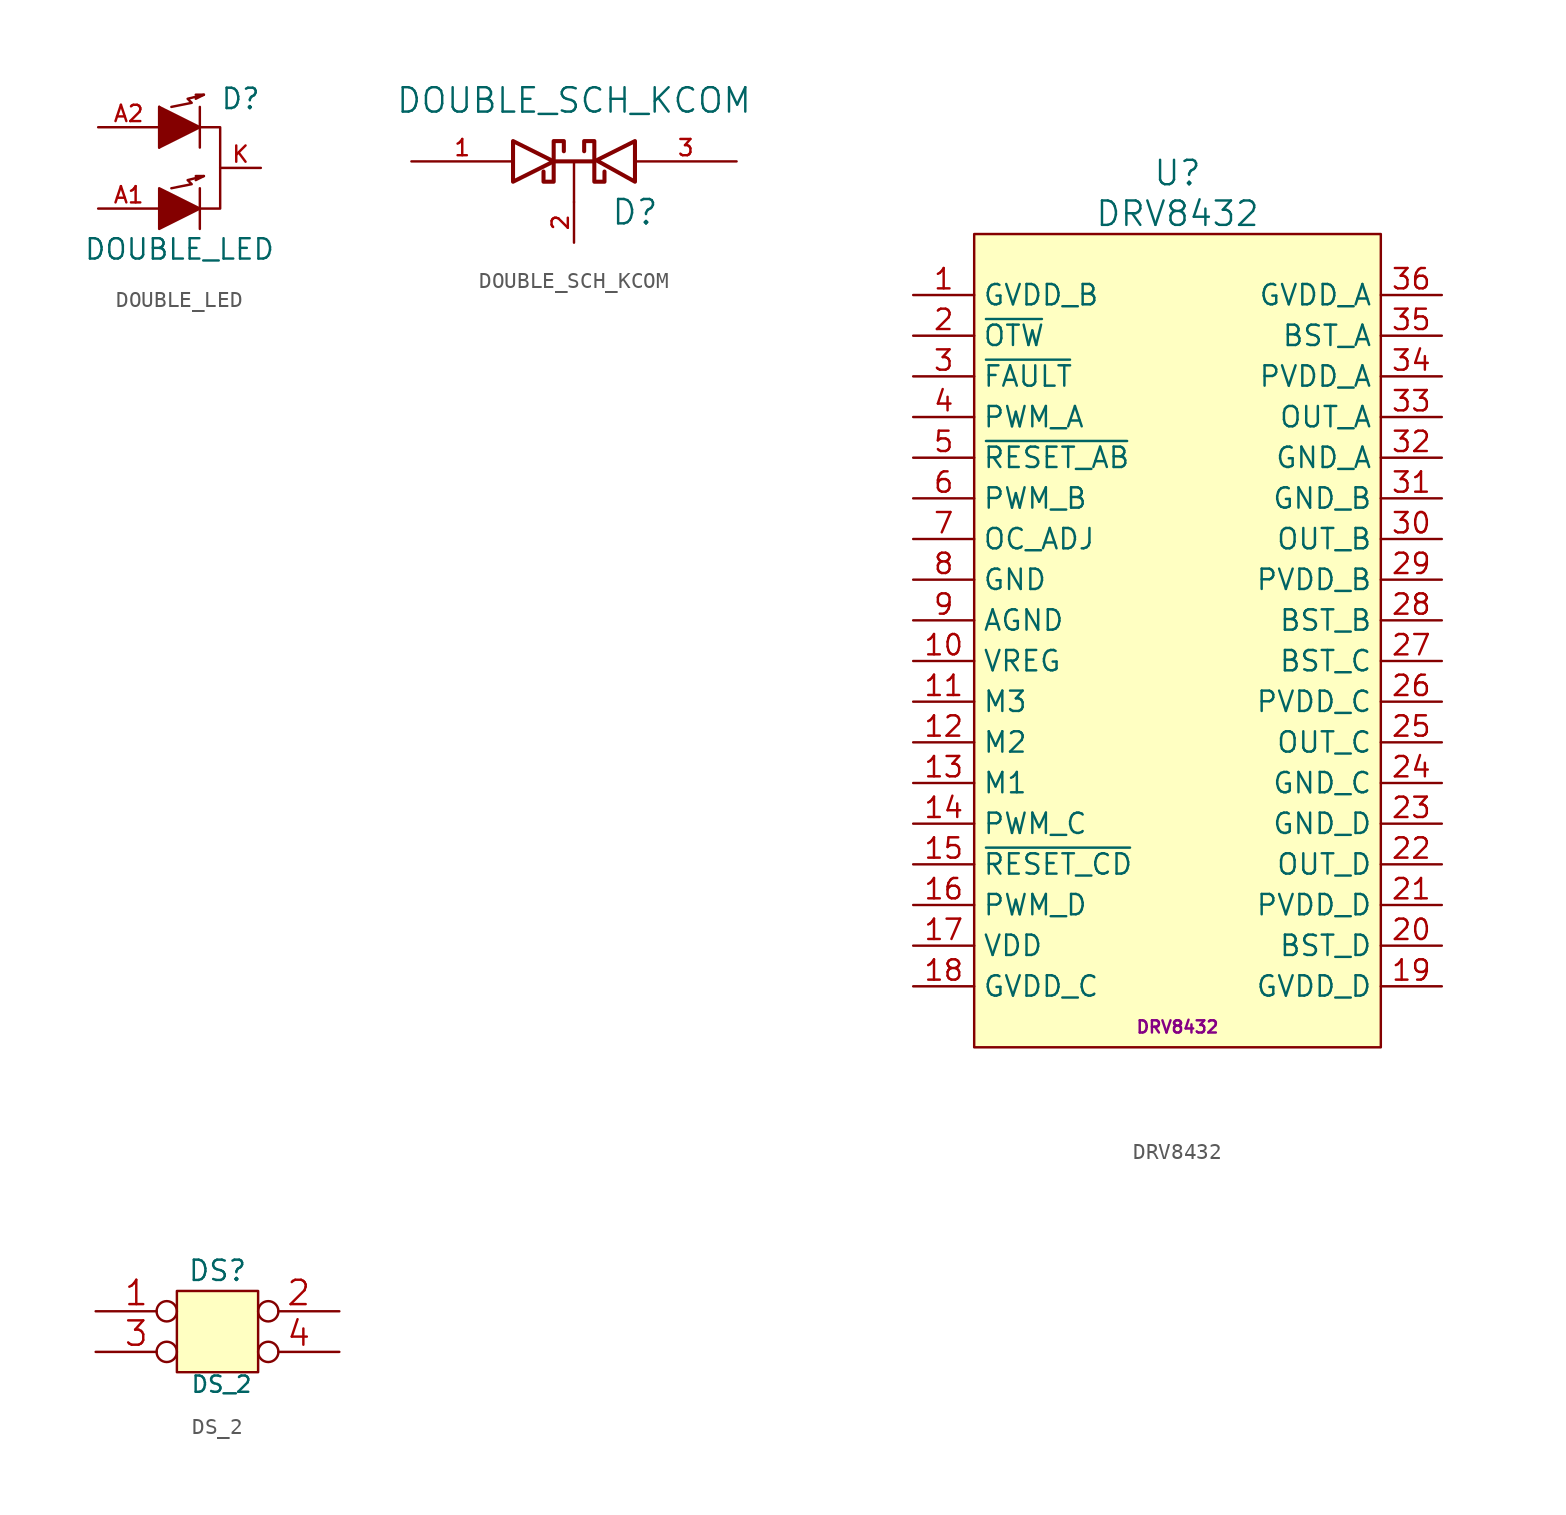
<source format=kicad_sym>
(kicad_symbol_lib
  (version 20220914)
  (generator kicad_symbol_editor)
  (symbol "DOUBLE_LED"
    (pin_names
      (offset 1.016) hide)
    (property "Reference" "D"
      (at 2.54 4.318 0)
      (effects (font (size 1.27 1.27)) (justify left)))
    (property "Value" "DOUBLE_LED"
      (at 0 -5.08 0)
      (effects (font (size 1.27 1.27))))
    (property "Footprint" ""
      (at 0 0 0)
      (effects (font (size 1.524 1.524))))
    (property "Datasheet" ""
      (at 0 0 0)
      (effects (font (size 1.524 1.524))))
    (symbol "DOUBLE_LED_0_1"
      (rectangle (start -1.27 1.27) (end -1.27 3.81) (stroke (width 0) (type default)) (fill (type none)))
      (rectangle (start -1.27 3.81) (end -1.27 3.81) (stroke (width 0) (type default)) (fill (type none)))
      (polyline (pts (xy 1.27 -1.27) (xy 1.27 -3.81)) (stroke (width 0) (type default)) (fill (type none)))
      (polyline (pts (xy 1.27 3.81) (xy 1.27 1.27) (xy 1.27 1.27)) (stroke (width 0) (type default)) (fill (type none)))
      (polyline (pts (xy 1.016 -0.508) (xy 1.524 -0.508) (xy 1.016 -0.762) (xy 1.016 -0.762)) (stroke (width 0) (type default)) (fill (type none)))
      (polyline (pts (xy 1.016 4.572) (xy 1.524 4.572) (xy 1.016 4.318) (xy 1.016 4.318)) (stroke (width 0) (type default)) (fill (type none)))
      (polyline (pts (xy -1.27 -1.27) (xy -1.27 -3.81) (xy 1.27 -2.54) (xy -1.27 -1.27) (xy -1.27 -1.27)) (stroke (width 0) (type default)) (fill (type outline)))
      (polyline (pts (xy -0.508 -1.27) (xy 0.762 -1.016) (xy 0.508 -0.762) (xy 1.524 -0.508) (xy 1.524 -0.508)) (stroke (width 0) (type default)) (fill (type none)))
      (polyline (pts (xy 1.27 2.54) (xy 2.54 2.54) (xy 2.54 -2.54) (xy 1.27 -2.54) (xy 1.27 -2.54)) (stroke (width 0) (type default)) (fill (type none)))
      (polyline (pts (xy -1.27 3.81) (xy -1.27 1.27) (xy 1.27 2.54) (xy -1.27 3.81) (xy -1.27 3.81) (xy -1.27 3.81)) (stroke (width 0) (type default)) (fill (type outline)))
      (polyline (pts (xy -0.508 3.81) (xy 0.762 4.064) (xy 0.508 4.318) (xy 1.524 4.572) (xy 1.524 4.572) (xy 1.524 4.572)) (stroke (width 0) (type default)) (fill (type none))))
    (symbol "DOUBLE_LED_1_1"
      (pin passive line (at -5.08 -2.54 0) (length 3.81) (name "A1" (effects (font (size 1.016 1.016)))) (number "A1" (effects (font (size 1.016 1.016)))))
      (pin passive line (at -5.08 2.54 0) (length 3.81) (name "A2" (effects (font (size 1.016 1.016)))) (number "A2" (effects (font (size 1.016 1.016)))))
      (pin passive line (at 5.08 0 180) (length 2.54) (name "K" (effects (font (size 1.016 1.016)))) (number "K" (effects (font (size 1.016 1.016)))))))
  (symbol "DOUBLE_SCH_KCOM"
    (pin_names
      (offset 0.762) hide)
    (property "Reference" "D"
      (at 3.81 -3.175 0)
      (effects (font (size 1.524 1.524))))
    (property "Value" "DOUBLE_SCH_KCOM"
      (at 0 3.81 0)
      (effects (font (size 1.524 1.524))))
    (property "Footprint" ""
      (at 0 0 0)
      (effects (font (size 1.524 1.524))))
    (property "Datasheet" ""
      (at 0 0 0)
      (effects (font (size 1.524 1.524))))
    (symbol "DOUBLE_SCH_KCOM_0_1"
      (polyline (pts (xy 0 0) (xy 0 -2.54)) (stroke (width 0) (type default)) (fill (type none)))
      (polyline (pts (xy -1.27 0) (xy 1.27 0) (xy 1.27 0)) (stroke (width 0.254) (type default)) (fill (type none)))
      (polyline (pts (xy -1.27 0) (xy -3.81 1.27) (xy -3.81 -1.27) (xy -1.27 0) (xy -1.27 0)) (stroke (width 0.254) (type default)) (fill (type none)))
      (polyline (pts (xy 1.524 0) (xy 3.81 -1.27) (xy 3.81 1.27) (xy 1.27 0) (xy 1.27 0)) (stroke (width 0.254) (type default)) (fill (type none)))
      (polyline (pts (xy 0.635 0.635) (xy 0.635 1.27) (xy 1.27 1.27) (xy 1.27 -1.27) (xy 1.905 -1.27) (xy 1.905 -0.635) (xy 1.905 -0.635)) (stroke (width 0.254) (type default)) (fill (type none)))
      (polyline (pts (xy -0.635 0.635) (xy -0.635 1.27) (xy -1.27 1.27) (xy -1.27 -1.27) (xy -1.905 -1.27) (xy -1.905 -0.635) (xy -1.905 -0.635) (xy -1.905 -0.635)) (stroke (width 0.254) (type default)) (fill (type none)))
      (pin passive line (at -10.16 0 0) (length 6.35) (name "Anode" (effects (font (size 1.016 1.016)))) (number "1" (effects (font (size 1.016 1.016)))))
      (pin passive line (at 0 -5.08 90) (length 2.54) (name "AK" (effects (font (size 1.016 1.016)))) (number "2" (effects (font (size 1.016 1.016)))))
      (pin passive line (at 10.16 0 180) (length 6.35) (name "cathode" (effects (font (size 1.016 1.016)))) (number "3" (effects (font (size 1.016 1.016)))))))
  (symbol "DRV8432"
    (property "Reference" "U"
      (at 0 29.21 0)
      (effects (font (size 1.524 1.524))))
    (property "Value" "DRV8432"
      (at 0 26.67 0)
      (effects (font (size 1.524 1.524))))
    (property "Footprint" "DRV8432"
      (at 0 -24.13 0)
      (effects (font (size 0.762 0.762))))
    (property "Datasheet" ""
      (at 0 0 0)
      (effects (font (size 1.524 1.524))))
    (symbol "DRV8432_0_1"
      (rectangle (start -12.7 25.4) (end 12.7 -25.4) (stroke (width 0) (type default)) (fill (type background))))
    (symbol "DRV8432_1_1"
      (pin input line (at -16.51 21.59 0) (length 3.81) (name "GVDD_B" (effects (font (size 1.27 1.27)))) (number "1" (effects (font (size 1.27 1.27)))))
      (pin input line (at -16.51 -1.27 0) (length 3.81) (name "VREG" (effects (font (size 1.27 1.27)))) (number "10" (effects (font (size 1.27 1.27)))))
      (pin input line (at -16.51 -3.81 0) (length 3.81) (name "M3" (effects (font (size 1.27 1.27)))) (number "11" (effects (font (size 1.27 1.27)))))
      (pin input line (at -16.51 -6.35 0) (length 3.81) (name "M2" (effects (font (size 1.27 1.27)))) (number "12" (effects (font (size 1.27 1.27)))))
      (pin input line (at -16.51 -8.89 0) (length 3.81) (name "M1" (effects (font (size 1.27 1.27)))) (number "13" (effects (font (size 1.27 1.27)))))
      (pin input line (at -16.51 -11.43 0) (length 3.81) (name "PWM_C" (effects (font (size 1.27 1.27)))) (number "14" (effects (font (size 1.27 1.27)))))
      (pin input line (at -16.51 -13.97 0) (length 3.81) (name "~{RESET_CD}" (effects (font (size 1.27 1.27)))) (number "15" (effects (font (size 1.27 1.27)))))
      (pin input line (at -16.51 -16.51 0) (length 3.81) (name "PWM_D" (effects (font (size 1.27 1.27)))) (number "16" (effects (font (size 1.27 1.27)))))
      (pin input line (at -16.51 -19.05 0) (length 3.81) (name "VDD" (effects (font (size 1.27 1.27)))) (number "17" (effects (font (size 1.27 1.27)))))
      (pin input line (at -16.51 -21.59 0) (length 3.81) (name "GVDD_C" (effects (font (size 1.27 1.27)))) (number "18" (effects (font (size 1.27 1.27)))))
      (pin input line (at 16.51 -21.59 180) (length 3.81) (name "GVDD_D" (effects (font (size 1.27 1.27)))) (number "19" (effects (font (size 1.27 1.27)))))
      (pin input line (at -16.51 19.05 0) (length 3.81) (name "~{OTW}" (effects (font (size 1.27 1.27)))) (number "2" (effects (font (size 1.27 1.27)))))
      (pin input line (at 16.51 -19.05 180) (length 3.81) (name "BST_D" (effects (font (size 1.27 1.27)))) (number "20" (effects (font (size 1.27 1.27)))))
      (pin input line (at 16.51 -16.51 180) (length 3.81) (name "PVDD_D" (effects (font (size 1.27 1.27)))) (number "21" (effects (font (size 1.27 1.27)))))
      (pin input line (at 16.51 -13.97 180) (length 3.81) (name "OUT_D" (effects (font (size 1.27 1.27)))) (number "22" (effects (font (size 1.27 1.27)))))
      (pin input line (at 16.51 -11.43 180) (length 3.81) (name "GND_D" (effects (font (size 1.27 1.27)))) (number "23" (effects (font (size 1.27 1.27)))))
      (pin input line (at 16.51 -8.89 180) (length 3.81) (name "GND_C" (effects (font (size 1.27 1.27)))) (number "24" (effects (font (size 1.27 1.27)))))
      (pin input line (at 16.51 -6.35 180) (length 3.81) (name "OUT_C" (effects (font (size 1.27 1.27)))) (number "25" (effects (font (size 1.27 1.27)))))
      (pin input line (at 16.51 -3.81 180) (length 3.81) (name "PVDD_C" (effects (font (size 1.27 1.27)))) (number "26" (effects (font (size 1.27 1.27)))))
      (pin input line (at 16.51 -1.27 180) (length 3.81) (name "BST_C" (effects (font (size 1.27 1.27)))) (number "27" (effects (font (size 1.27 1.27)))))
      (pin input line (at 16.51 1.27 180) (length 3.81) (name "BST_B" (effects (font (size 1.27 1.27)))) (number "28" (effects (font (size 1.27 1.27)))))
      (pin input line (at 16.51 3.81 180) (length 3.81) (name "PVDD_B" (effects (font (size 1.27 1.27)))) (number "29" (effects (font (size 1.27 1.27)))))
      (pin input line (at -16.51 16.51 0) (length 3.81) (name "~{FAULT}" (effects (font (size 1.27 1.27)))) (number "3" (effects (font (size 1.27 1.27)))))
      (pin input line (at 16.51 6.35 180) (length 3.81) (name "OUT_B" (effects (font (size 1.27 1.27)))) (number "30" (effects (font (size 1.27 1.27)))))
      (pin input line (at 16.51 8.89 180) (length 3.81) (name "GND_B" (effects (font (size 1.27 1.27)))) (number "31" (effects (font (size 1.27 1.27)))))
      (pin input line (at 16.51 11.43 180) (length 3.81) (name "GND_A" (effects (font (size 1.27 1.27)))) (number "32" (effects (font (size 1.27 1.27)))))
      (pin input line (at 16.51 13.97 180) (length 3.81) (name "OUT_A" (effects (font (size 1.27 1.27)))) (number "33" (effects (font (size 1.27 1.27)))))
      (pin input line (at 16.51 16.51 180) (length 3.81) (name "PVDD_A" (effects (font (size 1.27 1.27)))) (number "34" (effects (font (size 1.27 1.27)))))
      (pin input line (at 16.51 19.05 180) (length 3.81) (name "BST_A" (effects (font (size 1.27 1.27)))) (number "35" (effects (font (size 1.27 1.27)))))
      (pin input line (at 16.51 21.59 180) (length 3.81) (name "GVDD_A" (effects (font (size 1.27 1.27)))) (number "36" (effects (font (size 1.27 1.27)))))
      (pin input line (at -16.51 13.97 0) (length 3.81) (name "PWM_A" (effects (font (size 1.27 1.27)))) (number "4" (effects (font (size 1.27 1.27)))))
      (pin input line (at -16.51 11.43 0) (length 3.81) (name "~{RESET_AB}" (effects (font (size 1.27 1.27)))) (number "5" (effects (font (size 1.27 1.27)))))
      (pin input line (at -16.51 8.89 0) (length 3.81) (name "PWM_B" (effects (font (size 1.27 1.27)))) (number "6" (effects (font (size 1.27 1.27)))))
      (pin input line (at -16.51 6.35 0) (length 3.81) (name "OC_ADJ" (effects (font (size 1.27 1.27)))) (number "7" (effects (font (size 1.27 1.27)))))
      (pin input line (at -16.51 3.81 0) (length 3.81) (name "GND" (effects (font (size 1.27 1.27)))) (number "8" (effects (font (size 1.27 1.27)))))
      (pin input line (at -16.51 1.27 0) (length 3.81) (name "AGND" (effects (font (size 1.27 1.27)))) (number "9" (effects (font (size 1.27 1.27)))))))
  (symbol "DS_2"
    (pin_names
      (offset 1.016) hide)
    (property "Reference" "DS"
      (at 0 3.81 0)
      (effects (font (size 1.27 1.27))))
    (property "Value" "DS_2"
      (at 0.254 -3.302 0)
      (effects (font (size 1.016 1.016))))
    (property "Footprint" ""
      (at 0 0 0)
      (effects (font (size 1.524 1.524))))
    (property "Datasheet" ""
      (at 0 0 0)
      (effects (font (size 1.524 1.524))))
    (symbol "DS_2_0_1"
      (rectangle (start -2.54 2.54) (end 2.54 -2.54) (stroke (width 0) (type default)) (fill (type background))))
    (symbol "DS_2_1_1"
      (pin passive inverted (at -7.62 1.27 0) (length 5.08) (name "1" (effects (font (size 1.524 1.524)))) (number "1" (effects (font (size 1.524 1.524)))))
      (pin passive inverted (at 7.62 1.27 180) (length 5.08) (name "2" (effects (font (size 1.524 1.524)))) (number "2" (effects (font (size 1.524 1.524)))))
      (pin passive inverted (at -7.62 -1.27 0) (length 5.08) (name "3" (effects (font (size 1.524 1.524)))) (number "3" (effects (font (size 1.524 1.524)))))
      (pin passive inverted (at 7.62 -1.27 180) (length 5.08) (name "4" (effects (font (size 1.524 1.524)))) (number "4" (effects (font (size 1.524 1.524))))))))
</source>
